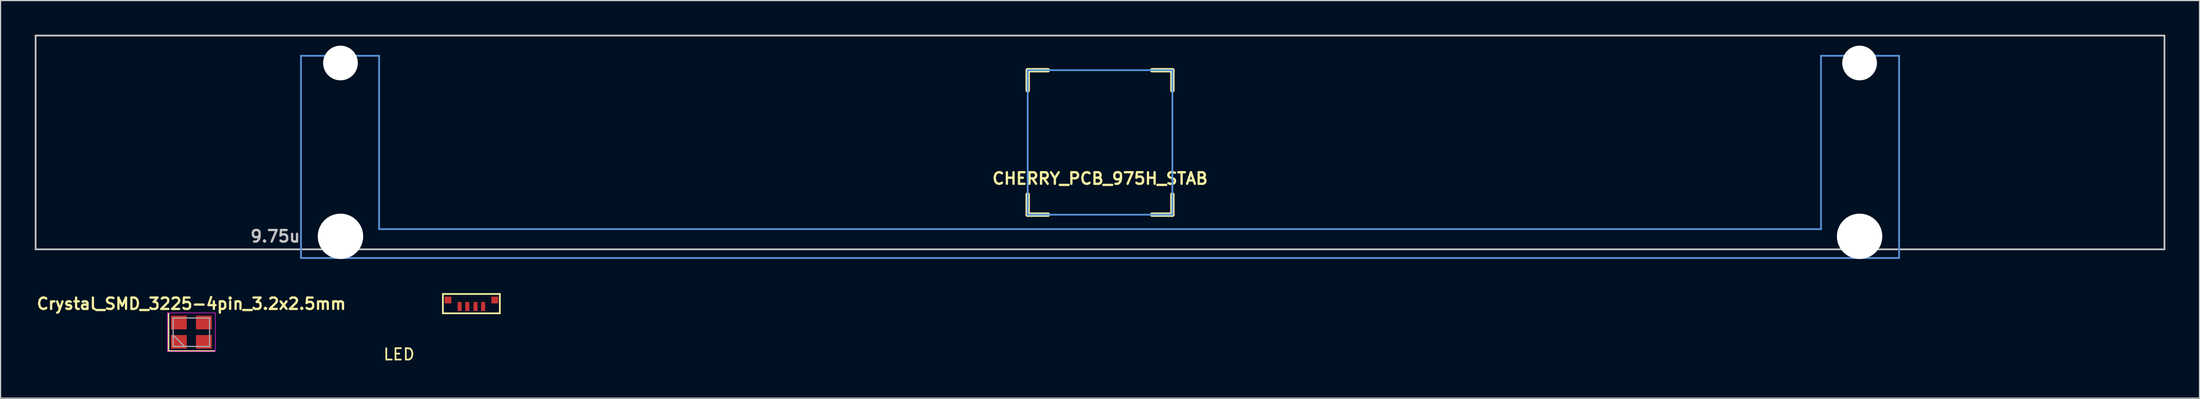
<source format=kicad_pcb>
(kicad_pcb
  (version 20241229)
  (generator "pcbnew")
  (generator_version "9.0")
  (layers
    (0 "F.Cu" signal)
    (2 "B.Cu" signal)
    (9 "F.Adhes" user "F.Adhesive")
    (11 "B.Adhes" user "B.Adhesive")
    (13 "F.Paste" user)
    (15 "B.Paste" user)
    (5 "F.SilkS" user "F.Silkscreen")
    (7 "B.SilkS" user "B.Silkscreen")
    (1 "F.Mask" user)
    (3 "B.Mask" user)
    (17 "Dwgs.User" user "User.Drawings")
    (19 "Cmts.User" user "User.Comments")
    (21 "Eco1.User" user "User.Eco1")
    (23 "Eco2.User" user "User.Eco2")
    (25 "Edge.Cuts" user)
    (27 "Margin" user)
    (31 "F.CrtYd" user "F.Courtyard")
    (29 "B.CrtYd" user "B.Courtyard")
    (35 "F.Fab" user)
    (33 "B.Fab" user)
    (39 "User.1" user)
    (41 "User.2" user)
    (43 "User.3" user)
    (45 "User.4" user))
  (footprint "Crystal_SMD_3225-4pin_3.2x2.5mm"
    (layer "F.Cu")
    (at 13.748 26.159)
    (property "Reference" "Crystal_SMD_3225-4pin_3.2x2.5mm" (at 0 -2.5 180) (layer "F.SilkS") (effects (font (size 1 1) (thickness 0.2))))
    (attr smd)
    (fp_line (start -2 -1.65) (end -2 1.65) (stroke (width 0.12) (type solid)) (layer "F.SilkS"))
    (fp_line (start -2 1.65) (end 2 1.65) (stroke (width 0.12) (type solid)) (layer "F.SilkS"))
    (fp_line (start -2.1 -1.7) (end -2.1 1.7) (stroke (width 0.05) (type solid)) (layer "F.CrtYd"))
    (fp_line (start -2.1 1.7) (end 2.1 1.7) (stroke (width 0.05) (type solid)) (layer "F.CrtYd"))
    (fp_line (start 2.1 -1.7) (end -2.1 -1.7) (stroke (width 0.05) (type solid)) (layer "F.CrtYd"))
    (fp_line (start 2.1 1.7) (end 2.1 -1.7) (stroke (width 0.05) (type solid)) (layer "F.CrtYd"))
    (fp_line (start -1.6 -1.25) (end -1.6 1.25) (stroke (width 0.1) (type solid)) (layer "F.Fab"))
    (fp_line (start -1.6 0.25) (end -0.6 1.25) (stroke (width 0.1) (type solid)) (layer "F.Fab"))
    (fp_line (start -1.6 1.25) (end 1.6 1.25) (stroke (width 0.1) (type solid)) (layer "F.Fab"))
    (fp_line (start 1.6 -1.25) (end -1.6 -1.25) (stroke (width 0.1) (type solid)) (layer "F.Fab"))
    (fp_line (start 1.6 1.25) (end 1.6 -1.25) (stroke (width 0.1) (type solid)) (layer "F.Fab"))
    (pad "1" smd rect (at 1.1 -0.85) (size 1.4 1.2) (layers "F.Cu" "F.Mask" "F.Paste"))
    (pad "2" smd rect (at -1.1 0.85) (size 1.4 1.2) (layers "F.Cu" "F.Mask" "F.Paste"))
    (pad "3" smd rect (at -1.1 -0.85) (size 1.4 1.2) (layers "F.Cu" "F.Mask" "F.Paste"))
    (pad "3" smd rect (at 1.1 0.85) (size 1.4 1.2) (layers "F.Cu" "F.Mask" "F.Paste")))
  (footprint "CHERRY_PCB_975H_STAB"
    (layer "F.Cu")
    (at 93.511 9.474)
    (property "Reference" "CHERRY_PCB_975H_STAB" (at 0 3.175 0) (layer "F.SilkS") (effects (font (size 1.016 1.016) (thickness 0.203))))
    (attr through_hole)
    (fp_line (start -6.35 -6.35) (end -4.572 -6.35) (stroke (width 0.381) (type solid)) (layer "F.SilkS"))
    (fp_line (start -6.35 -4.572) (end -6.35 -6.35) (stroke (width 0.381) (type solid)) (layer "F.SilkS"))
    (fp_line (start -6.35 6.35) (end -6.35 4.572) (stroke (width 0.381) (type solid)) (layer "F.SilkS"))
    (fp_line (start -4.572 6.35) (end -6.35 6.35) (stroke (width 0.381) (type solid)) (layer "F.SilkS"))
    (fp_line (start 4.572 -6.35) (end 6.35 -6.35) (stroke (width 0.381) (type solid)) (layer "F.SilkS"))
    (fp_line (start 6.35 -6.35) (end 6.35 -4.572) (stroke (width 0.381) (type solid)) (layer "F.SilkS"))
    (fp_line (start 6.35 4.572) (end 6.35 6.35) (stroke (width 0.381) (type solid)) (layer "F.SilkS"))
    (fp_line (start 6.35 6.35) (end 4.572 6.35) (stroke (width 0.381) (type solid)) (layer "F.SilkS"))
    (fp_line (start -93.435 -9.398) (end 93.435 -9.398) (stroke (width 0.152) (type solid)) (layer "Dwgs.User"))
    (fp_line (start -93.435 9.398) (end -93.435 -9.398) (stroke (width 0.152) (type solid)) (layer "Dwgs.User"))
    (fp_line (start 93.435 -9.398) (end 93.435 9.398) (stroke (width 0.152) (type solid)) (layer "Dwgs.User"))
    (fp_line (start 93.435 9.398) (end -93.435 9.398) (stroke (width 0.152) (type solid)) (layer "Dwgs.User"))
    (fp_line (start -70.142 -7.62) (end -70.142 10.16) (stroke (width 0.152) (type solid)) (layer "Cmts.User"))
    (fp_line (start -70.142 10.16) (end 70.142 10.16) (stroke (width 0.152) (type solid)) (layer "Cmts.User"))
    (fp_line (start -63.284 -7.62) (end -70.142 -7.62) (stroke (width 0.152) (type solid)) (layer "Cmts.User"))
    (fp_line (start -63.284 7.62) (end -63.284 -7.62) (stroke (width 0.152) (type solid)) (layer "Cmts.User"))
    (fp_line (start -6.35 -6.35) (end 6.35 -6.35) (stroke (width 0.152) (type solid)) (layer "Cmts.User"))
    (fp_line (start -6.35 6.35) (end -6.35 -6.35) (stroke (width 0.152) (type solid)) (layer "Cmts.User"))
    (fp_line (start 6.35 -6.35) (end 6.35 6.35) (stroke (width 0.152) (type solid)) (layer "Cmts.User"))
    (fp_line (start 6.35 6.35) (end -6.35 6.35) (stroke (width 0.152) (type solid)) (layer "Cmts.User"))
    (fp_line (start 63.284 -7.62) (end 63.284 7.62) (stroke (width 0.152) (type solid)) (layer "Cmts.User"))
    (fp_line (start 63.284 7.62) (end -63.284 7.62) (stroke (width 0.152) (type solid)) (layer "Cmts.User"))
    (fp_line (start 70.142 -7.62) (end 63.284 -7.62) (stroke (width 0.152) (type solid)) (layer "Cmts.User"))
    (fp_line (start 70.142 10.16) (end 70.142 -7.62) (stroke (width 0.152) (type solid)) (layer "Cmts.User"))
    (fp_line (start -70.904 -2.286) (end -70.04 -2.286) (stroke (width 0.152) (type solid)) (layer "Eco2.User"))
    (fp_line (start -70.904 0.508) (end -70.904 -2.286) (stroke (width 0.152) (type solid)) (layer "Eco2.User"))
    (fp_line (start -70.04 -5.69) (end -63.386 -5.69) (stroke (width 0.152) (type solid)) (layer "Eco2.User"))
    (fp_line (start -70.04 -2.286) (end -70.04 -5.69) (stroke (width 0.152) (type solid)) (layer "Eco2.User"))
    (fp_line (start -70.04 0.508) (end -70.904 0.508) (stroke (width 0.152) (type solid)) (layer "Eco2.User"))
    (fp_line (start -70.04 6.604) (end -70.04 0.508) (stroke (width 0.152) (type solid)) (layer "Eco2.User"))
    (fp_line (start -68.999 6.604) (end -70.04 6.604) (stroke (width 0.152) (type solid)) (layer "Eco2.User"))
    (fp_line (start -68.999 7.772) (end -68.999 6.604) (stroke (width 0.152) (type solid)) (layer "Eco2.User"))
    (fp_line (start -64.427 6.604) (end -64.427 7.772) (stroke (width 0.152) (type solid)) (layer "Eco2.User"))
    (fp_line (start -64.427 7.772) (end -68.999 7.772) (stroke (width 0.152) (type solid)) (layer "Eco2.User"))
    (fp_line (start -63.386 -5.69) (end -63.386 -2.286) (stroke (width 0.152) (type solid)) (layer "Eco2.User"))
    (fp_line (start -63.386 -2.286) (end -6.985 -2.286) (stroke (width 0.152) (type solid)) (layer "Eco2.User"))
    (fp_line (start -63.386 2.286) (end -63.386 6.604) (stroke (width 0.152) (type solid)) (layer "Eco2.User"))
    (fp_line (start -63.386 2.286) (end -6.985 2.286) (stroke (width 0.152) (type solid)) (layer "Eco2.User"))
    (fp_line (start -63.386 6.604) (end -64.427 6.604) (stroke (width 0.152) (type solid)) (layer "Eco2.User"))
    (fp_line (start -6.985 -6.985) (end 6.985 -6.985) (stroke (width 0.152) (type solid)) (layer "Eco2.User"))
    (fp_line (start -6.985 -2.286) (end -6.985 -6.985) (stroke (width 0.152) (type solid)) (layer "Eco2.User"))
    (fp_line (start -6.985 6.985) (end -6.985 2.286) (stroke (width 0.152) (type solid)) (layer "Eco2.User"))
    (fp_line (start 6.985 -6.985) (end 6.985 -2.286) (stroke (width 0.152) (type solid)) (layer "Eco2.User"))
    (fp_line (start 6.985 -2.286) (end 63.386 -2.286) (stroke (width 0.152) (type solid)) (layer "Eco2.User"))
    (fp_line (start 6.985 2.286) (end 6.985 6.985) (stroke (width 0.152) (type solid)) (layer "Eco2.User"))
    (fp_line (start 6.985 6.985) (end -6.985 6.985) (stroke (width 0.152) (type solid)) (layer "Eco2.User"))
    (fp_line (start 63.386 -5.69) (end 70.04 -5.69) (stroke (width 0.152) (type solid)) (layer "Eco2.User"))
    (fp_line (start 63.386 -2.286) (end 63.386 -5.69) (stroke (width 0.152) (type solid)) (layer "Eco2.User"))
    (fp_line (start 63.386 2.286) (end 6.985 2.286) (stroke (width 0.152) (type solid)) (layer "Eco2.User"))
    (fp_line (start 63.386 6.604) (end 63.386 2.286) (stroke (width 0.152) (type solid)) (layer "Eco2.User"))
    (fp_line (start 64.427 6.604) (end 63.386 6.604) (stroke (width 0.152) (type solid)) (layer "Eco2.User"))
    (fp_line (start 64.427 7.772) (end 64.427 6.604) (stroke (width 0.152) (type solid)) (layer "Eco2.User"))
    (fp_line (start 68.999 6.604) (end 68.999 7.772) (stroke (width 0.152) (type solid)) (layer "Eco2.User"))
    (fp_line (start 68.999 7.772) (end 64.427 7.772) (stroke (width 0.152) (type solid)) (layer "Eco2.User"))
    (fp_line (start 70.04 -5.69) (end 70.04 -2.286) (stroke (width 0.152) (type solid)) (layer "Eco2.User"))
    (fp_line (start 70.04 -2.286) (end 70.904 -2.286) (stroke (width 0.152) (type solid)) (layer "Eco2.User"))
    (fp_line (start 70.04 0.508) (end 70.04 6.604) (stroke (width 0.152) (type solid)) (layer "Eco2.User"))
    (fp_line (start 70.04 6.604) (end 68.999 6.604) (stroke (width 0.152) (type solid)) (layer "Eco2.User"))
    (fp_line (start 70.904 -2.286) (end 70.904 0.508) (stroke (width 0.152) (type solid)) (layer "Eco2.User"))
    (fp_line (start 70.904 0.508) (end 70.04 0.508) (stroke (width 0.152) (type solid)) (layer "Eco2.User"))
    (fp_text user "9.75u" (at -72.398 8.255 0) (layer "Dwgs.User") (effects (font (size 1.016 1.016) (thickness 0.203))))
    (pad "" np_thru_hole circle (at -66.675 -6.985) (size 3.048 3.048) (drill 3.048) (layers "*.Cu"))
    (pad "" np_thru_hole circle (at -66.675 8.255) (size 3.988 3.988) (drill 3.988) (layers "*.Cu"))
    (pad "" np_thru_hole circle (at 66.675 -6.985) (size 3.048 3.048) (drill 3.048) (layers "*.Cu"))
    (pad "" np_thru_hole circle (at 66.675 8.255) (size 3.988 3.988) (drill 3.988) (layers "*.Cu")))
  (footprint "LED"
    (layer "F.Cu")
    (at 38.327 24.298)
    (property "Reference" "LED" (at -6.35 3.81 0) (layer "F.SilkS") (effects (font (size 1 1) (thickness 0.15))))
    (attr through_hole)
    (fp_line (start -2.5 -1.5) (end 2.5 -1.5) (stroke (width 0.15) (type solid)) (layer "F.SilkS"))
    (fp_line (start -2.5 0.2) (end -2.5 -1.5) (stroke (width 0.15) (type solid)) (layer "F.SilkS"))
    (fp_line (start 2.5 -1.5) (end 2.5 0.2) (stroke (width 0.15) (type solid)) (layer "F.SilkS"))
    (fp_line (start 2.5 0.2) (end -2.5 0.2) (stroke (width 0.15) (type solid)) (layer "F.SilkS"))
    (pad "1" smd rect (at 2.055 -0.965) (size 0.59 0.59) (layers "F.Cu" "F.Mask" "F.Paste"))
    (pad "2" smd rect (at 1.03 -0.4) (size 0.36 0.8) (layers "F.Cu" "F.Mask" "F.Paste"))
    (pad "3" smd rect (at 0.36 -0.4) (size 0.36 0.8) (layers "F.Cu" "F.Mask" "F.Paste"))
    (pad "4" smd rect (at -0.36 -0.4) (size 0.36 0.8) (layers "F.Cu" "F.Mask" "F.Paste"))
    (pad "5" smd rect (at -1.03 -0.4) (size 0.36 0.8) (layers "F.Cu" "F.Mask" "F.Paste"))
    (pad "6" smd rect (at -2.055 -0.965) (size 0.59 0.59) (layers "F.Cu" "F.Mask" "F.Paste")))
  (gr_rect
    (start -3 -3)
    (end 190.022 31.956)
    (stroke (width 0.1) (type default))
    (fill no)
    (layer "Edge.Cuts")))
</source>
